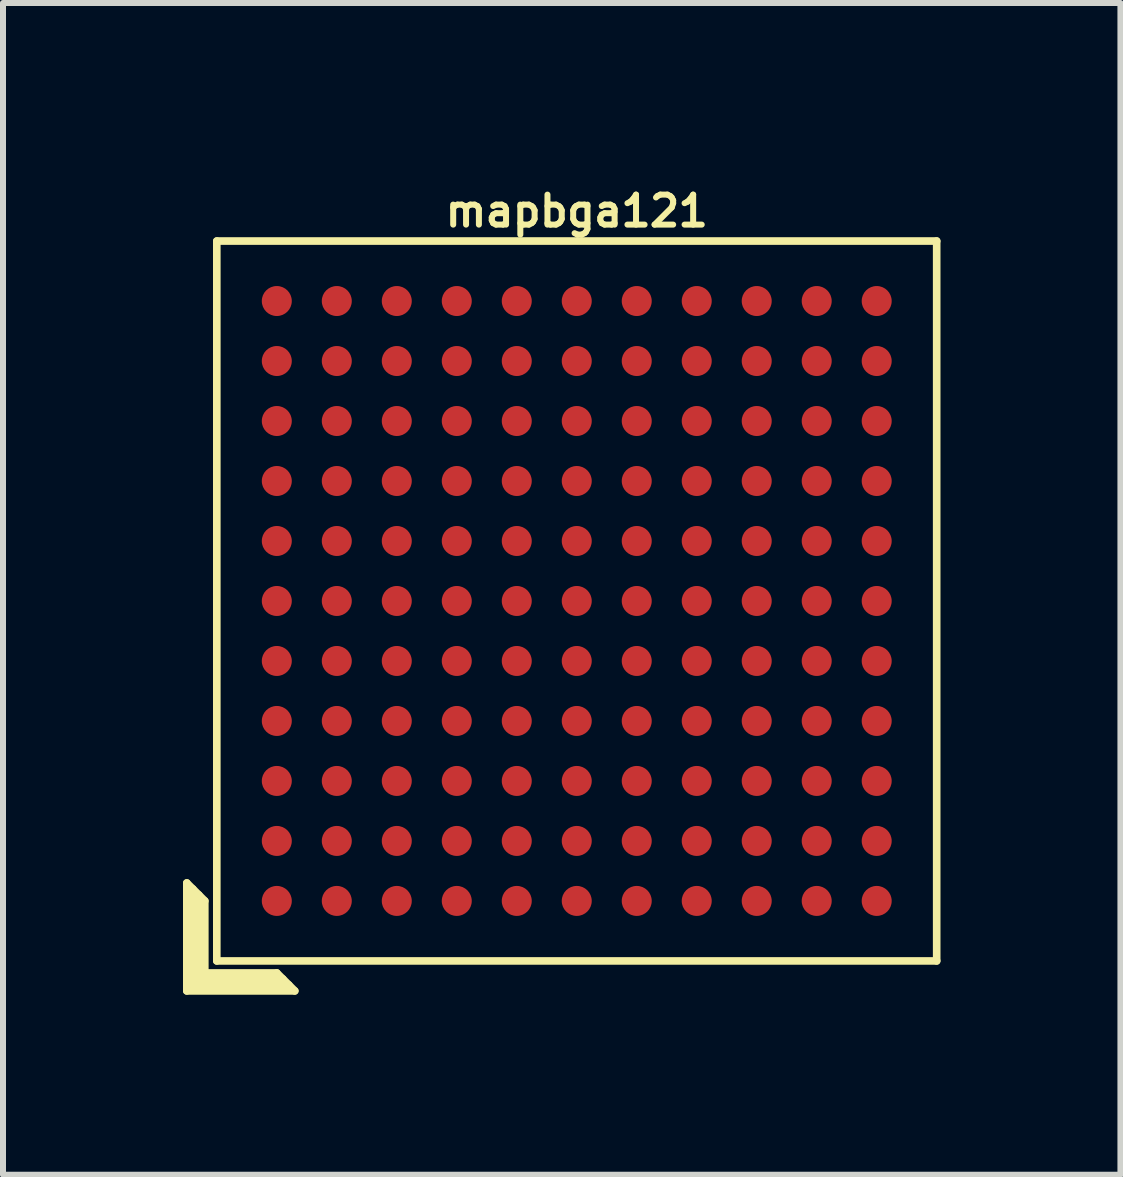
<source format=kicad_pcb>
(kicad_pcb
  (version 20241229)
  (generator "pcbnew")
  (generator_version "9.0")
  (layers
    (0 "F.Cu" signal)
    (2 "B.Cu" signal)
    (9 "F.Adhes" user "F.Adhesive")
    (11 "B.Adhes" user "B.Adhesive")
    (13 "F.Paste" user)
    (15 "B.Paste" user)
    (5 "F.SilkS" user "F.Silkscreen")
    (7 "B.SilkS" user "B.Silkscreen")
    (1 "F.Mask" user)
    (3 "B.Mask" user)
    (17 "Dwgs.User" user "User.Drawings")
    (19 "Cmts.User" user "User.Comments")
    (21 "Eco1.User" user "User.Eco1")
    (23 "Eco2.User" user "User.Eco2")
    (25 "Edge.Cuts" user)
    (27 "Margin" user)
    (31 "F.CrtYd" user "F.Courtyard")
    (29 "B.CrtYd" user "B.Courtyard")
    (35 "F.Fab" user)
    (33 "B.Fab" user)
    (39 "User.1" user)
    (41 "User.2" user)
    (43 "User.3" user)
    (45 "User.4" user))
  (footprint "mapbga121"
    (layer "F.Cu")
    (at 6.564 6.968)
    (property "Reference" "mapbga121" (at 0 -6.5 0) (layer "F.SilkS") (effects (font (size 0.5 0.5) (thickness 0.1))))
    (attr smd)
    (fp_line (start -6.5 4.7) (end -6.2 5) (stroke (width 0.127) (type solid)) (layer "F.SilkS"))
    (fp_line (start -6.5 6.5) (end -6.5 4.7) (stroke (width 0.127) (type solid)) (layer "F.SilkS"))
    (fp_line (start -6.4 6.4) (end -6.4 4.8) (stroke (width 0.127) (type solid)) (layer "F.SilkS"))
    (fp_line (start -6.3 4.9) (end -6.3 6.3) (stroke (width 0.127) (type solid)) (layer "F.SilkS"))
    (fp_line (start -6.3 6.3) (end -4.9 6.3) (stroke (width 0.127) (type solid)) (layer "F.SilkS"))
    (fp_line (start -6.2 5) (end -6.2 6.2) (stroke (width 0.127) (type solid)) (layer "F.SilkS"))
    (fp_line (start -6.2 6.2) (end -5 6.2) (stroke (width 0.127) (type solid)) (layer "F.SilkS"))
    (fp_line (start -6 -6) (end -6 6) (stroke (width 0.127) (type solid)) (layer "F.SilkS"))
    (fp_line (start -6 6) (end 6 6) (stroke (width 0.127) (type solid)) (layer "F.SilkS"))
    (fp_line (start -5 6.2) (end -4.7 6.5) (stroke (width 0.127) (type solid)) (layer "F.SilkS"))
    (fp_line (start -4.8 6.4) (end -6.4 6.4) (stroke (width 0.127) (type solid)) (layer "F.SilkS"))
    (fp_line (start -4.7 6.5) (end -6.5 6.5) (stroke (width 0.127) (type solid)) (layer "F.SilkS"))
    (fp_line (start 6 -6) (end -6 -6) (stroke (width 0.127) (type solid)) (layer "F.SilkS"))
    (fp_line (start 6 6) (end 6 -6) (stroke (width 0.127) (type solid)) (layer "F.SilkS"))
    (pad "A1" smd circle (at -5 5) (size 0.5 0.5) (layers "F.Cu" "F.Mask" "F.Paste"))
    (pad "A2" smd circle (at -5 4) (size 0.5 0.5) (layers "F.Cu" "F.Mask" "F.Paste"))
    (pad "A3" smd circle (at -5 3) (size 0.5 0.5) (layers "F.Cu" "F.Mask" "F.Paste"))
    (pad "A4" smd circle (at -5 2) (size 0.5 0.5) (layers "F.Cu" "F.Mask" "F.Paste"))
    (pad "A5" smd circle (at -5 1) (size 0.5 0.5) (layers "F.Cu" "F.Mask" "F.Paste"))
    (pad "A6" smd circle (at -5 0) (size 0.5 0.5) (layers "F.Cu" "F.Mask" "F.Paste"))
    (pad "A7" smd circle (at -5 -1) (size 0.5 0.5) (layers "F.Cu" "F.Mask" "F.Paste"))
    (pad "A8" smd circle (at -5 -2) (size 0.5 0.5) (layers "F.Cu" "F.Mask" "F.Paste"))
    (pad "A9" smd circle (at -5 -3) (size 0.5 0.5) (layers "F.Cu" "F.Mask" "F.Paste"))
    (pad "A10" smd circle (at -5 -4) (size 0.5 0.5) (layers "F.Cu" "F.Mask" "F.Paste"))
    (pad "A11" smd circle (at -5 -5) (size 0.5 0.5) (layers "F.Cu" "F.Mask" "F.Paste"))
    (pad "B1" smd circle (at -4 5) (size 0.5 0.5) (layers "F.Cu" "F.Mask" "F.Paste"))
    (pad "B2" smd circle (at -4 4) (size 0.5 0.5) (layers "F.Cu" "F.Mask" "F.Paste"))
    (pad "B3" smd circle (at -4 3) (size 0.5 0.5) (layers "F.Cu" "F.Mask" "F.Paste"))
    (pad "B4" smd circle (at -4 2) (size 0.5 0.5) (layers "F.Cu" "F.Mask" "F.Paste"))
    (pad "B5" smd circle (at -4 1) (size 0.5 0.5) (layers "F.Cu" "F.Mask" "F.Paste"))
    (pad "B6" smd circle (at -4 0) (size 0.5 0.5) (layers "F.Cu" "F.Mask" "F.Paste"))
    (pad "B7" smd circle (at -4 -1) (size 0.5 0.5) (layers "F.Cu" "F.Mask" "F.Paste"))
    (pad "B8" smd circle (at -4 -2) (size 0.5 0.5) (layers "F.Cu" "F.Mask" "F.Paste"))
    (pad "B9" smd circle (at -4 -3) (size 0.5 0.5) (layers "F.Cu" "F.Mask" "F.Paste"))
    (pad "B10" smd circle (at -4 -4) (size 0.5 0.5) (layers "F.Cu" "F.Mask" "F.Paste"))
    (pad "B11" smd circle (at -4 -5) (size 0.5 0.5) (layers "F.Cu" "F.Mask" "F.Paste"))
    (pad "C1" smd circle (at -3 5) (size 0.5 0.5) (layers "F.Cu" "F.Mask" "F.Paste"))
    (pad "C2" smd circle (at -3 4) (size 0.5 0.5) (layers "F.Cu" "F.Mask" "F.Paste"))
    (pad "C3" smd circle (at -3 3) (size 0.5 0.5) (layers "F.Cu" "F.Mask" "F.Paste"))
    (pad "C4" smd circle (at -3 2) (size 0.5 0.5) (layers "F.Cu" "F.Mask" "F.Paste"))
    (pad "C5" smd circle (at -3 1) (size 0.5 0.5) (layers "F.Cu" "F.Mask" "F.Paste"))
    (pad "C6" smd circle (at -3 0) (size 0.5 0.5) (layers "F.Cu" "F.Mask" "F.Paste"))
    (pad "C7" smd circle (at -3 -1) (size 0.5 0.5) (layers "F.Cu" "F.Mask" "F.Paste"))
    (pad "C8" smd circle (at -3 -2) (size 0.5 0.5) (layers "F.Cu" "F.Mask" "F.Paste"))
    (pad "C9" smd circle (at -3 -3) (size 0.5 0.5) (layers "F.Cu" "F.Mask" "F.Paste"))
    (pad "C10" smd circle (at -3 -4) (size 0.5 0.5) (layers "F.Cu" "F.Mask" "F.Paste"))
    (pad "C11" smd circle (at -3 -5) (size 0.5 0.5) (layers "F.Cu" "F.Mask" "F.Paste"))
    (pad "D1" smd circle (at -2 5) (size 0.5 0.5) (layers "F.Cu" "F.Mask" "F.Paste"))
    (pad "D2" smd circle (at -2 4) (size 0.5 0.5) (layers "F.Cu" "F.Mask" "F.Paste"))
    (pad "D3" smd circle (at -2 3) (size 0.5 0.5) (layers "F.Cu" "F.Mask" "F.Paste"))
    (pad "D4" smd circle (at -2 2) (size 0.5 0.5) (layers "F.Cu" "F.Mask" "F.Paste"))
    (pad "D5" smd circle (at -2 1) (size 0.5 0.5) (layers "F.Cu" "F.Mask" "F.Paste"))
    (pad "D6" smd circle (at -2 0) (size 0.5 0.5) (layers "F.Cu" "F.Mask" "F.Paste"))
    (pad "D7" smd circle (at -2 -1) (size 0.5 0.5) (layers "F.Cu" "F.Mask" "F.Paste"))
    (pad "D8" smd circle (at -2 -2) (size 0.5 0.5) (layers "F.Cu" "F.Mask" "F.Paste"))
    (pad "D9" smd circle (at -2 -3) (size 0.5 0.5) (layers "F.Cu" "F.Mask" "F.Paste"))
    (pad "D10" smd circle (at -2 -4) (size 0.5 0.5) (layers "F.Cu" "F.Mask" "F.Paste"))
    (pad "D11" smd circle (at -2 -5) (size 0.5 0.5) (layers "F.Cu" "F.Mask" "F.Paste"))
    (pad "E1" smd circle (at -1 5) (size 0.5 0.5) (layers "F.Cu" "F.Mask" "F.Paste"))
    (pad "E2" smd circle (at -1 4) (size 0.5 0.5) (layers "F.Cu" "F.Mask" "F.Paste"))
    (pad "E3" smd circle (at -1 3) (size 0.5 0.5) (layers "F.Cu" "F.Mask" "F.Paste"))
    (pad "E4" smd circle (at -1 2) (size 0.5 0.5) (layers "F.Cu" "F.Mask" "F.Paste"))
    (pad "E5" smd circle (at -1 1) (size 0.5 0.5) (layers "F.Cu" "F.Mask" "F.Paste"))
    (pad "E6" smd circle (at -1 0) (size 0.5 0.5) (layers "F.Cu" "F.Mask" "F.Paste"))
    (pad "E7" smd circle (at -1 -1) (size 0.5 0.5) (layers "F.Cu" "F.Mask" "F.Paste"))
    (pad "E8" smd circle (at -1 -2) (size 0.5 0.5) (layers "F.Cu" "F.Mask" "F.Paste"))
    (pad "E9" smd circle (at -1 -3) (size 0.5 0.5) (layers "F.Cu" "F.Mask" "F.Paste"))
    (pad "E10" smd circle (at -1 -4) (size 0.5 0.5) (layers "F.Cu" "F.Mask" "F.Paste"))
    (pad "E11" smd circle (at -1 -5) (size 0.5 0.5) (layers "F.Cu" "F.Mask" "F.Paste"))
    (pad "F1" smd circle (at 0 5) (size 0.5 0.5) (layers "F.Cu" "F.Mask" "F.Paste"))
    (pad "F2" smd circle (at 0 4) (size 0.5 0.5) (layers "F.Cu" "F.Mask" "F.Paste"))
    (pad "F3" smd circle (at 0 3) (size 0.5 0.5) (layers "F.Cu" "F.Mask" "F.Paste"))
    (pad "F4" smd circle (at 0 2) (size 0.5 0.5) (layers "F.Cu" "F.Mask" "F.Paste"))
    (pad "F5" smd circle (at 0 1) (size 0.5 0.5) (layers "F.Cu" "F.Mask" "F.Paste"))
    (pad "F6" smd circle (at 0 0) (size 0.5 0.5) (layers "F.Cu" "F.Mask" "F.Paste"))
    (pad "F7" smd circle (at 0 -1) (size 0.5 0.5) (layers "F.Cu" "F.Mask" "F.Paste"))
    (pad "F8" smd circle (at 0 -2) (size 0.5 0.5) (layers "F.Cu" "F.Mask" "F.Paste"))
    (pad "F9" smd circle (at 0 -3) (size 0.5 0.5) (layers "F.Cu" "F.Mask" "F.Paste"))
    (pad "F10" smd circle (at 0 -4) (size 0.5 0.5) (layers "F.Cu" "F.Mask" "F.Paste"))
    (pad "F11" smd circle (at 0 -5) (size 0.5 0.5) (layers "F.Cu" "F.Mask" "F.Paste"))
    (pad "G1" smd circle (at 1 5) (size 0.5 0.5) (layers "F.Cu" "F.Mask" "F.Paste"))
    (pad "G2" smd circle (at 1 4) (size 0.5 0.5) (layers "F.Cu" "F.Mask" "F.Paste"))
    (pad "G3" smd circle (at 1 3) (size 0.5 0.5) (layers "F.Cu" "F.Mask" "F.Paste"))
    (pad "G4" smd circle (at 1 2) (size 0.5 0.5) (layers "F.Cu" "F.Mask" "F.Paste"))
    (pad "G5" smd circle (at 1 1) (size 0.5 0.5) (layers "F.Cu" "F.Mask" "F.Paste"))
    (pad "G6" smd circle (at 1 0) (size 0.5 0.5) (layers "F.Cu" "F.Mask" "F.Paste"))
    (pad "G7" smd circle (at 1 -1) (size 0.5 0.5) (layers "F.Cu" "F.Mask" "F.Paste"))
    (pad "G8" smd circle (at 1 -2) (size 0.5 0.5) (layers "F.Cu" "F.Mask" "F.Paste"))
    (pad "G9" smd circle (at 1 -3) (size 0.5 0.5) (layers "F.Cu" "F.Mask" "F.Paste"))
    (pad "G10" smd circle (at 1 -4) (size 0.5 0.5) (layers "F.Cu" "F.Mask" "F.Paste"))
    (pad "G11" smd circle (at 1 -5) (size 0.5 0.5) (layers "F.Cu" "F.Mask" "F.Paste"))
    (pad "H1" smd circle (at 2 5) (size 0.5 0.5) (layers "F.Cu" "F.Mask" "F.Paste"))
    (pad "H2" smd circle (at 2 4) (size 0.5 0.5) (layers "F.Cu" "F.Mask" "F.Paste"))
    (pad "H3" smd circle (at 2 3) (size 0.5 0.5) (layers "F.Cu" "F.Mask" "F.Paste"))
    (pad "H4" smd circle (at 2 2) (size 0.5 0.5) (layers "F.Cu" "F.Mask" "F.Paste"))
    (pad "H5" smd circle (at 2 1) (size 0.5 0.5) (layers "F.Cu" "F.Mask" "F.Paste"))
    (pad "H6" smd circle (at 2 0) (size 0.5 0.5) (layers "F.Cu" "F.Mask" "F.Paste"))
    (pad "H7" smd circle (at 2 -1) (size 0.5 0.5) (layers "F.Cu" "F.Mask" "F.Paste"))
    (pad "H8" smd circle (at 2 -2) (size 0.5 0.5) (layers "F.Cu" "F.Mask" "F.Paste"))
    (pad "H9" smd circle (at 2 -3) (size 0.5 0.5) (layers "F.Cu" "F.Mask" "F.Paste"))
    (pad "H10" smd circle (at 2 -4) (size 0.5 0.5) (layers "F.Cu" "F.Mask" "F.Paste"))
    (pad "H11" smd circle (at 2 -5) (size 0.5 0.5) (layers "F.Cu" "F.Mask" "F.Paste"))
    (pad "J1" smd circle (at 3 5) (size 0.5 0.5) (layers "F.Cu" "F.Mask" "F.Paste"))
    (pad "J2" smd circle (at 3 4) (size 0.5 0.5) (layers "F.Cu" "F.Mask" "F.Paste"))
    (pad "J3" smd circle (at 3 3) (size 0.5 0.5) (layers "F.Cu" "F.Mask" "F.Paste"))
    (pad "J4" smd circle (at 3 2) (size 0.5 0.5) (layers "F.Cu" "F.Mask" "F.Paste"))
    (pad "J5" smd circle (at 3 1) (size 0.5 0.5) (layers "F.Cu" "F.Mask" "F.Paste"))
    (pad "J6" smd circle (at 3 0) (size 0.5 0.5) (layers "F.Cu" "F.Mask" "F.Paste"))
    (pad "J7" smd circle (at 3 -1) (size 0.5 0.5) (layers "F.Cu" "F.Mask" "F.Paste"))
    (pad "J8" smd circle (at 3 -2) (size 0.5 0.5) (layers "F.Cu" "F.Mask" "F.Paste"))
    (pad "J9" smd circle (at 3 -3) (size 0.5 0.5) (layers "F.Cu" "F.Mask" "F.Paste"))
    (pad "J10" smd circle (at 3 -4) (size 0.5 0.5) (layers "F.Cu" "F.Mask" "F.Paste"))
    (pad "J11" smd circle (at 3 -5) (size 0.5 0.5) (layers "F.Cu" "F.Mask" "F.Paste"))
    (pad "K1" smd circle (at 4 5) (size 0.5 0.5) (layers "F.Cu" "F.Mask" "F.Paste"))
    (pad "K2" smd circle (at 4 4) (size 0.5 0.5) (layers "F.Cu" "F.Mask" "F.Paste"))
    (pad "K3" smd circle (at 4 3) (size 0.5 0.5) (layers "F.Cu" "F.Mask" "F.Paste"))
    (pad "K4" smd circle (at 4 2) (size 0.5 0.5) (layers "F.Cu" "F.Mask" "F.Paste"))
    (pad "K5" smd circle (at 4 1) (size 0.5 0.5) (layers "F.Cu" "F.Mask" "F.Paste"))
    (pad "K6" smd circle (at 4 0) (size 0.5 0.5) (layers "F.Cu" "F.Mask" "F.Paste"))
    (pad "K7" smd circle (at 4 -1) (size 0.5 0.5) (layers "F.Cu" "F.Mask" "F.Paste"))
    (pad "K8" smd circle (at 4 -2) (size 0.5 0.5) (layers "F.Cu" "F.Mask" "F.Paste"))
    (pad "K9" smd circle (at 4 -3) (size 0.5 0.5) (layers "F.Cu" "F.Mask" "F.Paste"))
    (pad "K10" smd circle (at 4 -4) (size 0.5 0.5) (layers "F.Cu" "F.Mask" "F.Paste"))
    (pad "K11" smd circle (at 4 -5) (size 0.5 0.5) (layers "F.Cu" "F.Mask" "F.Paste"))
    (pad "L1" smd circle (at 5 5) (size 0.5 0.5) (layers "F.Cu" "F.Mask" "F.Paste"))
    (pad "L2" smd circle (at 5 4) (size 0.5 0.5) (layers "F.Cu" "F.Mask" "F.Paste"))
    (pad "L3" smd circle (at 5 3) (size 0.5 0.5) (layers "F.Cu" "F.Mask" "F.Paste"))
    (pad "L4" smd circle (at 5 2) (size 0.5 0.5) (layers "F.Cu" "F.Mask" "F.Paste"))
    (pad "L5" smd circle (at 5 1) (size 0.5 0.5) (layers "F.Cu" "F.Mask" "F.Paste"))
    (pad "L6" smd circle (at 5 0) (size 0.5 0.5) (layers "F.Cu" "F.Mask" "F.Paste"))
    (pad "L7" smd circle (at 5 -1) (size 0.5 0.5) (layers "F.Cu" "F.Mask" "F.Paste"))
    (pad "L8" smd circle (at 5 -2) (size 0.5 0.5) (layers "F.Cu" "F.Mask" "F.Paste"))
    (pad "L9" smd circle (at 5 -3) (size 0.5 0.5) (layers "F.Cu" "F.Mask" "F.Paste"))
    (pad "L10" smd circle (at 5 -4) (size 0.5 0.5) (layers "F.Cu" "F.Mask" "F.Paste"))
    (pad "L11" smd circle (at 5 -5) (size 0.5 0.5) (layers "F.Cu" "F.Mask" "F.Paste")))
  (gr_rect
    (start -3 -3)
    (end 15.627 16.532)
    (stroke (width 0.1) (type default))
    (fill no)
    (layer "Edge.Cuts")))
</source>
